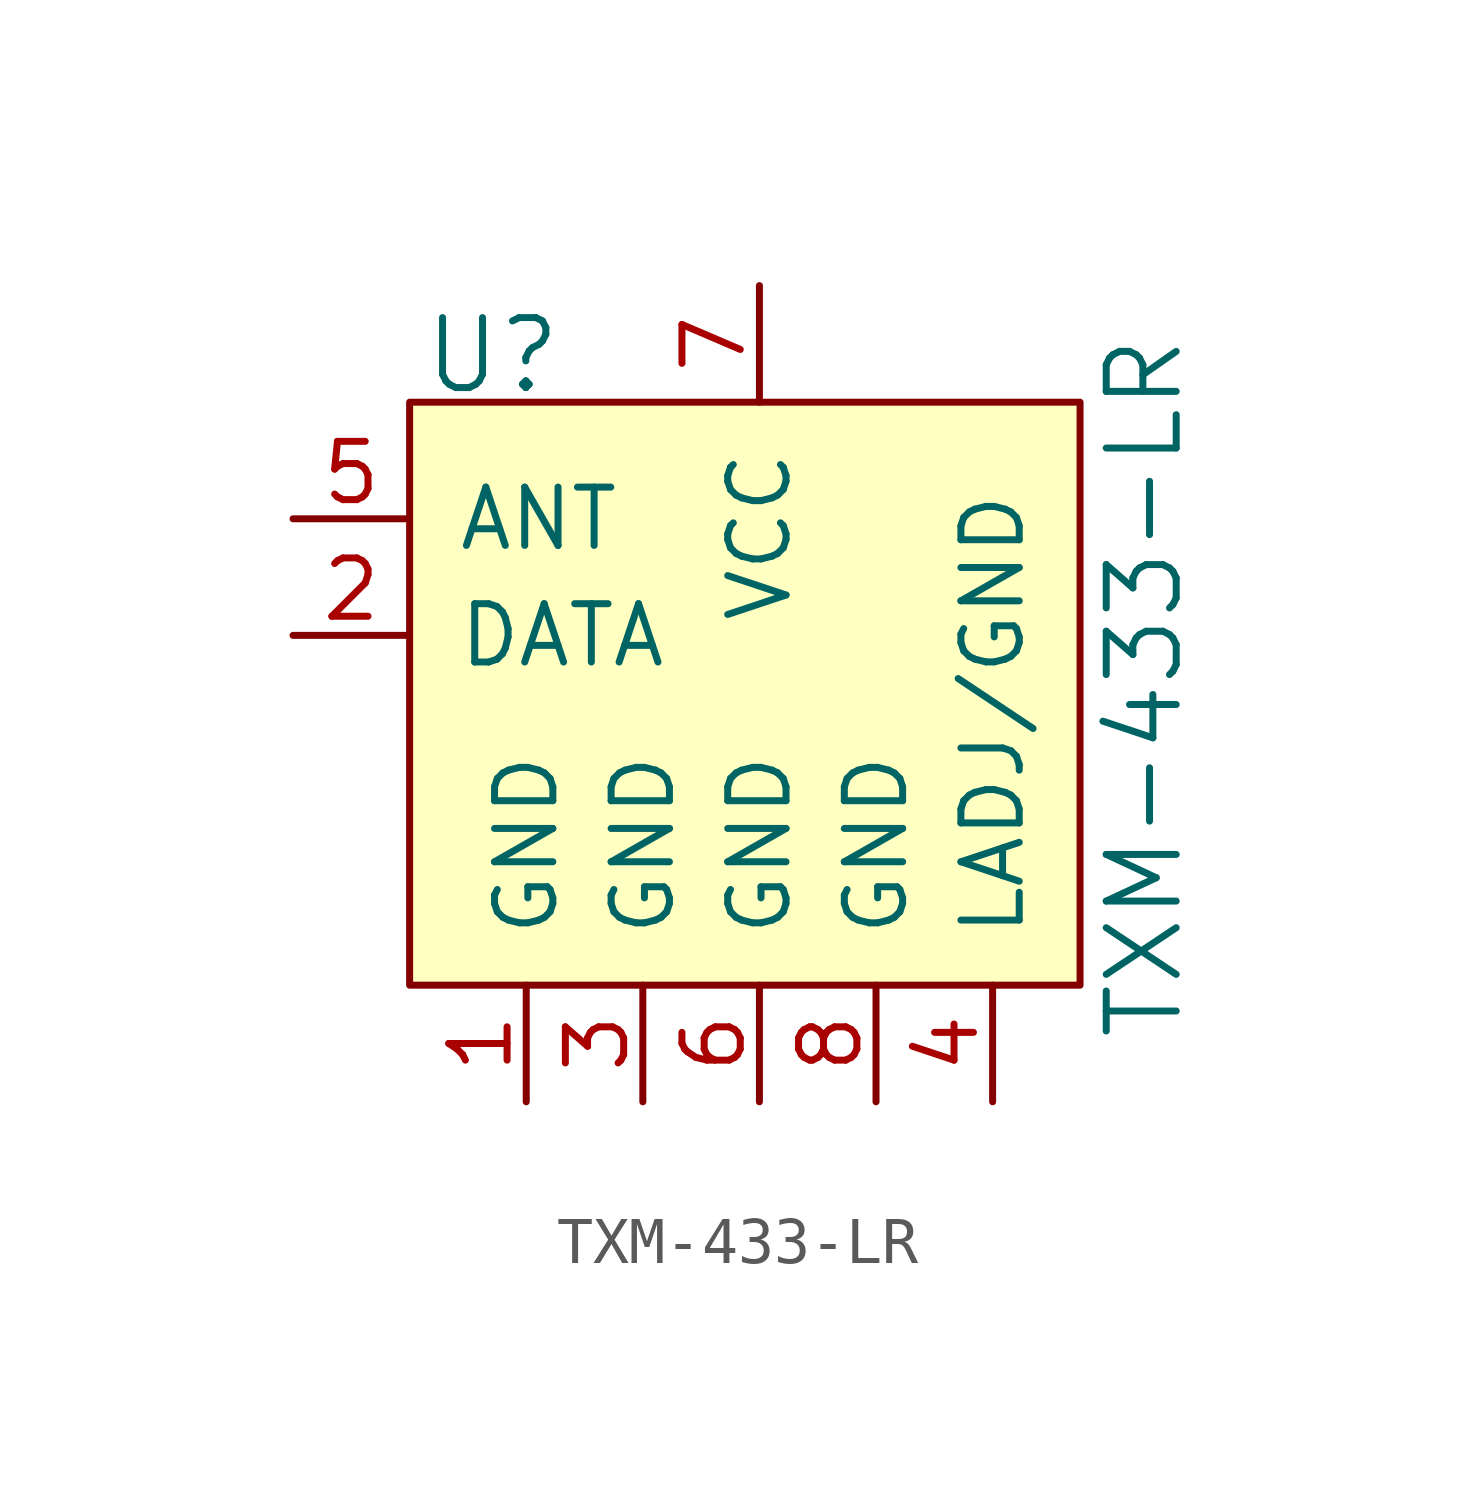
<source format=kicad_sym>
(kicad_symbol_lib
  (version 20220914)
  (generator kicad_symbol_editor)
  (symbol "TXM-433-LR"
    (pin_names
      (offset 1.016))
    (property "Reference" "U"
      (at -7.366 8.636 0)
      (effects (font (size 1.524 1.524)) (justify left)))
    (property "Value" "TXM-433-LR"
      (at 8.382 1.397 90)
      (effects (font (size 1.524 1.524))))
    (symbol "TXM-433-LR_0_1"
      (rectangle (start -7.62 7.62) (end 6.985 -5.08) (stroke (width 0) (type solid)) (fill (type background))))
    (symbol "TXM-433-LR_1_1"
      (pin power_in line (at -5.08 -7.62 90) (length 2.54) (name "GND" (effects (font (size 1.27 1.27)))) (number "1" (effects (font (size 1.27 1.27)))))
      (pin bidirectional line (at -10.16 2.54 0) (length 2.54) (name "DATA" (effects (font (size 1.27 1.27)))) (number "2" (effects (font (size 1.27 1.27)))))
      (pin power_in line (at -2.54 -7.62 90) (length 2.54) (name "GND" (effects (font (size 1.27 1.27)))) (number "3" (effects (font (size 1.27 1.27)))))
      (pin power_in line (at 5.08 -7.62 90) (length 2.54) (name "LADJ/GND" (effects (font (size 1.27 1.27)))) (number "4" (effects (font (size 1.27 1.27)))))
      (pin input line (at -10.16 5.08 0) (length 2.54) (name "ANT" (effects (font (size 1.27 1.27)))) (number "5" (effects (font (size 1.27 1.27)))))
      (pin power_in line (at 0 -7.62 90) (length 2.54) (name "GND" (effects (font (size 1.27 1.27)))) (number "6" (effects (font (size 1.27 1.27)))))
      (pin power_in line (at 0 10.16 270) (length 2.54) (name "VCC" (effects (font (size 1.27 1.27)))) (number "7" (effects (font (size 1.27 1.27)))))
      (pin power_in line (at 2.54 -7.62 90) (length 2.54) (name "GND" (effects (font (size 1.27 1.27)))) (number "8" (effects (font (size 1.27 1.27))))))))
</source>
